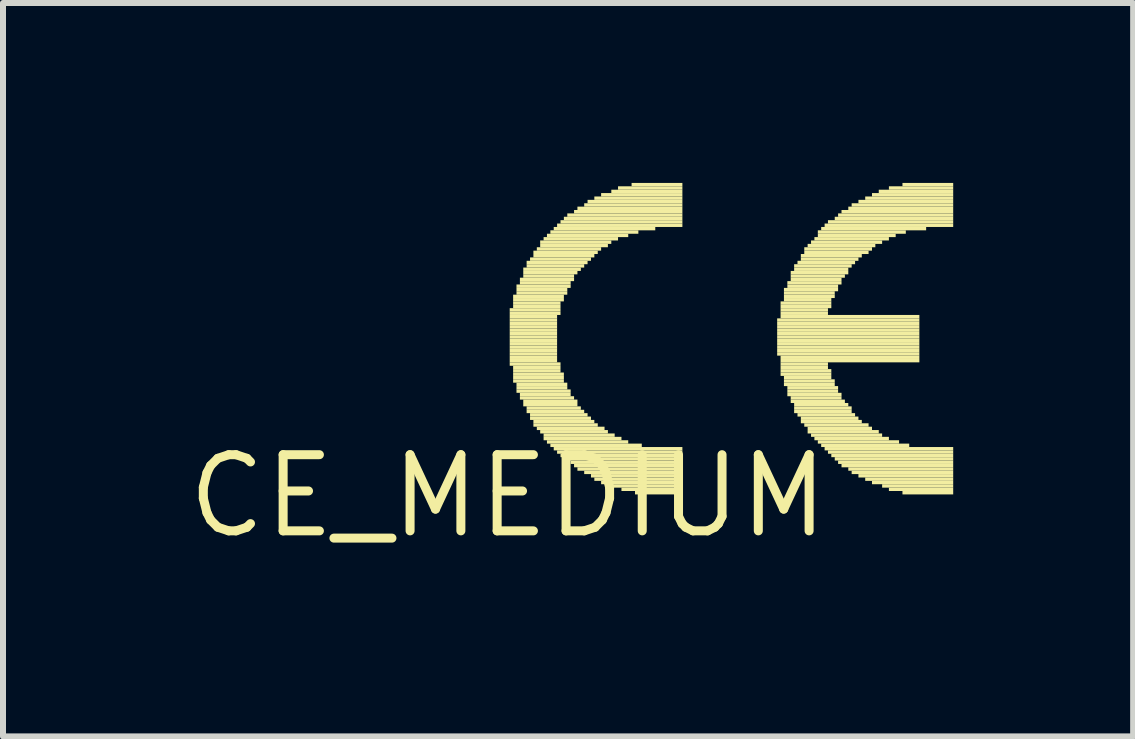
<source format=kicad_pcb>
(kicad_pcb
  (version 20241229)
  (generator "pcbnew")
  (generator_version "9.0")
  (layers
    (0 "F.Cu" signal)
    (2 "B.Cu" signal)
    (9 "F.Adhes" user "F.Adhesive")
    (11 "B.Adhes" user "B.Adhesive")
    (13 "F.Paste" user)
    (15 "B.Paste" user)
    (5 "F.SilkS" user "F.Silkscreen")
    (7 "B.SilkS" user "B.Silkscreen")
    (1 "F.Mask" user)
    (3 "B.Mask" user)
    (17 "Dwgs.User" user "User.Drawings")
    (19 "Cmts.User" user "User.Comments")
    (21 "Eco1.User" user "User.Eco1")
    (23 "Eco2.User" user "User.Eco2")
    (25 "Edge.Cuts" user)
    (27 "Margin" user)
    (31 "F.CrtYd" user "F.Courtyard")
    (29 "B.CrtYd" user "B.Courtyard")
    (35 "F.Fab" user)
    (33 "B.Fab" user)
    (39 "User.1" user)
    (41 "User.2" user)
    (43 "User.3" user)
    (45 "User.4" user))
  (footprint "CE_MEDIUM"
    (layer "F.Cu")
    (at 5.42 5.221)
    (property "Reference" "CE_MEDIUM" (at 0 0 0) (layer "F.SilkS") (effects (font (size 1.27 1.27) (thickness 0.15))))
    (fp_poly (pts (xy 0.028 -3.076) (xy 0.875 -3.076) (xy 0.875 -3.133) (xy 0.028 -3.133)) (stroke (width 0) (type default)) (fill yes) (layer "F.SilkS"))
    (fp_poly (pts (xy 0.028 -3.02) (xy 0.875 -3.02) (xy 0.875 -3.076) (xy 0.028 -3.076)) (stroke (width 0) (type default)) (fill yes) (layer "F.SilkS"))
    (fp_poly (pts (xy 0.028 -2.963) (xy 0.818 -2.963) (xy 0.818 -3.02) (xy 0.028 -3.02)) (stroke (width 0) (type default)) (fill yes) (layer "F.SilkS"))
    (fp_poly (pts (xy 0.028 -2.907) (xy 0.818 -2.907) (xy 0.818 -2.963) (xy 0.028 -2.963)) (stroke (width 0) (type default)) (fill yes) (layer "F.SilkS"))
    (fp_poly (pts (xy 0.028 -2.85) (xy 0.818 -2.85) (xy 0.818 -2.907) (xy 0.028 -2.907)) (stroke (width 0) (type default)) (fill yes) (layer "F.SilkS"))
    (fp_poly (pts (xy 0.028 -2.794) (xy 0.818 -2.794) (xy 0.818 -2.85) (xy 0.028 -2.85)) (stroke (width 0) (type default)) (fill yes) (layer "F.SilkS"))
    (fp_poly (pts (xy 0.028 -2.738) (xy 0.818 -2.738) (xy 0.818 -2.794) (xy 0.028 -2.794)) (stroke (width 0) (type default)) (fill yes) (layer "F.SilkS"))
    (fp_poly (pts (xy 0.028 -2.681) (xy 0.818 -2.681) (xy 0.818 -2.738) (xy 0.028 -2.738)) (stroke (width 0) (type default)) (fill yes) (layer "F.SilkS"))
    (fp_poly (pts (xy 0.028 -2.625) (xy 0.818 -2.625) (xy 0.818 -2.681) (xy 0.028 -2.681)) (stroke (width 0) (type default)) (fill yes) (layer "F.SilkS"))
    (fp_poly (pts (xy 0.028 -2.568) (xy 0.818 -2.568) (xy 0.818 -2.625) (xy 0.028 -2.625)) (stroke (width 0) (type default)) (fill yes) (layer "F.SilkS"))
    (fp_poly (pts (xy 0.028 -2.512) (xy 0.818 -2.512) (xy 0.818 -2.568) (xy 0.028 -2.568)) (stroke (width 0) (type default)) (fill yes) (layer "F.SilkS"))
    (fp_poly (pts (xy 0.028 -2.455) (xy 0.818 -2.455) (xy 0.818 -2.512) (xy 0.028 -2.512)) (stroke (width 0) (type default)) (fill yes) (layer "F.SilkS"))
    (fp_poly (pts (xy 0.028 -2.399) (xy 0.818 -2.399) (xy 0.818 -2.455) (xy 0.028 -2.455)) (stroke (width 0) (type default)) (fill yes) (layer "F.SilkS"))
    (fp_poly (pts (xy 0.028 -2.342) (xy 0.818 -2.342) (xy 0.818 -2.399) (xy 0.028 -2.399)) (stroke (width 0) (type default)) (fill yes) (layer "F.SilkS"))
    (fp_poly (pts (xy 0.028 -2.286) (xy 0.818 -2.286) (xy 0.818 -2.342) (xy 0.028 -2.342)) (stroke (width 0) (type default)) (fill yes) (layer "F.SilkS"))
    (fp_poly (pts (xy 0.028 -2.23) (xy 0.818 -2.23) (xy 0.818 -2.286) (xy 0.028 -2.286)) (stroke (width 0) (type default)) (fill yes) (layer "F.SilkS"))
    (fp_poly (pts (xy 0.028 -2.173) (xy 0.875 -2.173) (xy 0.875 -2.23) (xy 0.028 -2.23)) (stroke (width 0) (type default)) (fill yes) (layer "F.SilkS"))
    (fp_poly (pts (xy 0.085 -3.302) (xy 0.931 -3.302) (xy 0.931 -3.358) (xy 0.085 -3.358)) (stroke (width 0) (type default)) (fill yes) (layer "F.SilkS"))
    (fp_poly (pts (xy 0.085 -3.246) (xy 0.931 -3.246) (xy 0.931 -3.302) (xy 0.085 -3.302)) (stroke (width 0) (type default)) (fill yes) (layer "F.SilkS"))
    (fp_poly (pts (xy 0.085 -3.189) (xy 0.875 -3.189) (xy 0.875 -3.246) (xy 0.085 -3.246)) (stroke (width 0) (type default)) (fill yes) (layer "F.SilkS"))
    (fp_poly (pts (xy 0.085 -3.133) (xy 0.875 -3.133) (xy 0.875 -3.189) (xy 0.085 -3.189)) (stroke (width 0) (type default)) (fill yes) (layer "F.SilkS"))
    (fp_poly (pts (xy 0.085 -2.117) (xy 0.875 -2.117) (xy 0.875 -2.173) (xy 0.085 -2.173)) (stroke (width 0) (type default)) (fill yes) (layer "F.SilkS"))
    (fp_poly (pts (xy 0.085 -2.06) (xy 0.875 -2.06) (xy 0.875 -2.117) (xy 0.085 -2.117)) (stroke (width 0) (type default)) (fill yes) (layer "F.SilkS"))
    (fp_poly (pts (xy 0.085 -2.004) (xy 0.931 -2.004) (xy 0.931 -2.06) (xy 0.085 -2.06)) (stroke (width 0) (type default)) (fill yes) (layer "F.SilkS"))
    (fp_poly (pts (xy 0.085 -1.947) (xy 0.931 -1.947) (xy 0.931 -2.004) (xy 0.085 -2.004)) (stroke (width 0) (type default)) (fill yes) (layer "F.SilkS"))
    (fp_poly (pts (xy 0.085 -1.891) (xy 0.931 -1.891) (xy 0.931 -1.947) (xy 0.085 -1.947)) (stroke (width 0) (type default)) (fill yes) (layer "F.SilkS"))
    (fp_poly (pts (xy 0.141 -3.471) (xy 1.044 -3.471) (xy 1.044 -3.528) (xy 0.141 -3.528)) (stroke (width 0) (type default)) (fill yes) (layer "F.SilkS"))
    (fp_poly (pts (xy 0.141 -3.415) (xy 0.988 -3.415) (xy 0.988 -3.471) (xy 0.141 -3.471)) (stroke (width 0) (type default)) (fill yes) (layer "F.SilkS"))
    (fp_poly (pts (xy 0.141 -3.358) (xy 0.988 -3.358) (xy 0.988 -3.415) (xy 0.141 -3.415)) (stroke (width 0) (type default)) (fill yes) (layer "F.SilkS"))
    (fp_poly (pts (xy 0.141 -1.834) (xy 0.988 -1.834) (xy 0.988 -1.891) (xy 0.141 -1.891)) (stroke (width 0) (type default)) (fill yes) (layer "F.SilkS"))
    (fp_poly (pts (xy 0.141 -1.778) (xy 0.988 -1.778) (xy 0.988 -1.834) (xy 0.141 -1.834)) (stroke (width 0) (type default)) (fill yes) (layer "F.SilkS"))
    (fp_poly (pts (xy 0.141 -1.722) (xy 1.044 -1.722) (xy 1.044 -1.778) (xy 0.141 -1.778)) (stroke (width 0) (type default)) (fill yes) (layer "F.SilkS"))
    (fp_poly (pts (xy 0.198 -3.584) (xy 1.101 -3.584) (xy 1.101 -3.641) (xy 0.198 -3.641)) (stroke (width 0) (type default)) (fill yes) (layer "F.SilkS"))
    (fp_poly (pts (xy 0.198 -3.528) (xy 1.044 -3.528) (xy 1.044 -3.584) (xy 0.198 -3.584)) (stroke (width 0) (type default)) (fill yes) (layer "F.SilkS"))
    (fp_poly (pts (xy 0.198 -1.665) (xy 1.044 -1.665) (xy 1.044 -1.722) (xy 0.198 -1.722)) (stroke (width 0) (type default)) (fill yes) (layer "F.SilkS"))
    (fp_poly (pts (xy 0.198 -1.609) (xy 1.101 -1.609) (xy 1.101 -1.665) (xy 0.198 -1.665)) (stroke (width 0) (type default)) (fill yes) (layer "F.SilkS"))
    (fp_poly (pts (xy 0.254 -3.754) (xy 1.214 -3.754) (xy 1.214 -3.81) (xy 0.254 -3.81)) (stroke (width 0) (type default)) (fill yes) (layer "F.SilkS"))
    (fp_poly (pts (xy 0.254 -3.697) (xy 1.157 -3.697) (xy 1.157 -3.754) (xy 0.254 -3.754)) (stroke (width 0) (type default)) (fill yes) (layer "F.SilkS"))
    (fp_poly (pts (xy 0.254 -3.641) (xy 1.101 -3.641) (xy 1.101 -3.697) (xy 0.254 -3.697)) (stroke (width 0) (type default)) (fill yes) (layer "F.SilkS"))
    (fp_poly (pts (xy 0.254 -1.552) (xy 1.157 -1.552) (xy 1.157 -1.609) (xy 0.254 -1.609)) (stroke (width 0) (type default)) (fill yes) (layer "F.SilkS"))
    (fp_poly (pts (xy 0.254 -1.496) (xy 1.157 -1.496) (xy 1.157 -1.552) (xy 0.254 -1.552)) (stroke (width 0) (type default)) (fill yes) (layer "F.SilkS"))
    (fp_poly (pts (xy 0.31 -3.866) (xy 1.326 -3.866) (xy 1.326 -3.923) (xy 0.31 -3.923)) (stroke (width 0) (type default)) (fill yes) (layer "F.SilkS"))
    (fp_poly (pts (xy 0.31 -3.81) (xy 1.27 -3.81) (xy 1.27 -3.866) (xy 0.31 -3.866)) (stroke (width 0) (type default)) (fill yes) (layer "F.SilkS"))
    (fp_poly (pts (xy 0.31 -1.439) (xy 1.214 -1.439) (xy 1.214 -1.496) (xy 0.31 -1.496)) (stroke (width 0) (type default)) (fill yes) (layer "F.SilkS"))
    (fp_poly (pts (xy 0.31 -1.383) (xy 1.27 -1.383) (xy 1.27 -1.439) (xy 0.31 -1.439)) (stroke (width 0) (type default)) (fill yes) (layer "F.SilkS"))
    (fp_poly (pts (xy 0.367 -3.923) (xy 1.383 -3.923) (xy 1.383 -3.979) (xy 0.367 -3.979)) (stroke (width 0) (type default)) (fill yes) (layer "F.SilkS"))
    (fp_poly (pts (xy 0.367 -1.326) (xy 1.326 -1.326) (xy 1.326 -1.383) (xy 0.367 -1.383)) (stroke (width 0) (type default)) (fill yes) (layer "F.SilkS"))
    (fp_poly (pts (xy 0.367 -1.27) (xy 1.383 -1.27) (xy 1.383 -1.326) (xy 0.367 -1.326)) (stroke (width 0) (type default)) (fill yes) (layer "F.SilkS"))
    (fp_poly (pts (xy 0.423 -4.036) (xy 1.496 -4.036) (xy 1.496 -4.092) (xy 0.423 -4.092)) (stroke (width 0) (type default)) (fill yes) (layer "F.SilkS"))
    (fp_poly (pts (xy 0.423 -3.979) (xy 1.439 -3.979) (xy 1.439 -4.036) (xy 0.423 -4.036)) (stroke (width 0) (type default)) (fill yes) (layer "F.SilkS"))
    (fp_poly (pts (xy 0.423 -1.214) (xy 1.439 -1.214) (xy 1.439 -1.27) (xy 0.423 -1.27)) (stroke (width 0) (type default)) (fill yes) (layer "F.SilkS"))
    (fp_poly (pts (xy 0.423 -1.157) (xy 1.496 -1.157) (xy 1.496 -1.214) (xy 0.423 -1.214)) (stroke (width 0) (type default)) (fill yes) (layer "F.SilkS"))
    (fp_poly (pts (xy 0.48 -4.092) (xy 1.552 -4.092) (xy 1.552 -4.149) (xy 0.48 -4.149)) (stroke (width 0) (type default)) (fill yes) (layer "F.SilkS"))
    (fp_poly (pts (xy 0.48 -1.101) (xy 1.609 -1.101) (xy 1.609 -1.157) (xy 0.48 -1.157)) (stroke (width 0) (type default)) (fill yes) (layer "F.SilkS"))
    (fp_poly (pts (xy 0.536 -4.205) (xy 1.722 -4.205) (xy 1.722 -4.262) (xy 0.536 -4.262)) (stroke (width 0) (type default)) (fill yes) (layer "F.SilkS"))
    (fp_poly (pts (xy 0.536 -4.149) (xy 1.665 -4.149) (xy 1.665 -4.205) (xy 0.536 -4.205)) (stroke (width 0) (type default)) (fill yes) (layer "F.SilkS"))
    (fp_poly (pts (xy 0.536 -1.044) (xy 1.665 -1.044) (xy 1.665 -1.101) (xy 0.536 -1.101)) (stroke (width 0) (type default)) (fill yes) (layer "F.SilkS"))
    (fp_poly (pts (xy 0.593 -4.262) (xy 1.834 -4.262) (xy 1.834 -4.318) (xy 0.593 -4.318)) (stroke (width 0) (type default)) (fill yes) (layer "F.SilkS"))
    (fp_poly (pts (xy 0.593 -0.988) (xy 1.778 -0.988) (xy 1.778 -1.044) (xy 0.593 -1.044)) (stroke (width 0) (type default)) (fill yes) (layer "F.SilkS"))
    (fp_poly (pts (xy 0.593 -0.931) (xy 1.891 -0.931) (xy 1.891 -0.988) (xy 0.593 -0.988)) (stroke (width 0) (type default)) (fill yes) (layer "F.SilkS"))
    (fp_poly (pts (xy 0.649 -4.318) (xy 2.004 -4.318) (xy 2.004 -4.374) (xy 0.649 -4.374)) (stroke (width 0) (type default)) (fill yes) (layer "F.SilkS"))
    (fp_poly (pts (xy 0.649 -0.875) (xy 2.004 -0.875) (xy 2.004 -0.931) (xy 0.649 -0.931)) (stroke (width 0) (type default)) (fill yes) (layer "F.SilkS"))
    (fp_poly (pts (xy 0.706 -4.374) (xy 2.173 -4.374) (xy 2.173 -4.431) (xy 0.706 -4.431)) (stroke (width 0) (type default)) (fill yes) (layer "F.SilkS"))
    (fp_poly (pts (xy 0.706 -0.818) (xy 2.23 -0.818) (xy 2.23 -0.875) (xy 0.706 -0.875)) (stroke (width 0) (type default)) (fill yes) (layer "F.SilkS"))
    (fp_poly (pts (xy 0.762 -4.431) (xy 2.455 -4.431) (xy 2.455 -4.487) (xy 0.762 -4.487)) (stroke (width 0) (type default)) (fill yes) (layer "F.SilkS"))
    (fp_poly (pts (xy 0.762 -0.762) (xy 2.907 -0.762) (xy 2.907 -0.818) (xy 0.762 -0.818)) (stroke (width 0) (type default)) (fill yes) (layer "F.SilkS"))
    (fp_poly (pts (xy 0.818 -4.487) (xy 2.907 -4.487) (xy 2.907 -4.544) (xy 0.818 -4.544)) (stroke (width 0) (type default)) (fill yes) (layer "F.SilkS"))
    (fp_poly (pts (xy 0.818 -0.706) (xy 2.907 -0.706) (xy 2.907 -0.762) (xy 0.818 -0.762)) (stroke (width 0) (type default)) (fill yes) (layer "F.SilkS"))
    (fp_poly (pts (xy 0.875 -4.544) (xy 2.907 -4.544) (xy 2.907 -4.6) (xy 0.875 -4.6)) (stroke (width 0) (type default)) (fill yes) (layer "F.SilkS"))
    (fp_poly (pts (xy 0.875 -0.649) (xy 2.907 -0.649) (xy 2.907 -0.706) (xy 0.875 -0.706)) (stroke (width 0) (type default)) (fill yes) (layer "F.SilkS"))
    (fp_poly (pts (xy 0.931 -4.6) (xy 2.907 -4.6) (xy 2.907 -4.657) (xy 0.931 -4.657)) (stroke (width 0) (type default)) (fill yes) (layer "F.SilkS"))
    (fp_poly (pts (xy 0.931 -0.593) (xy 2.907 -0.593) (xy 2.907 -0.649) (xy 0.931 -0.649)) (stroke (width 0) (type default)) (fill yes) (layer "F.SilkS"))
    (fp_poly (pts (xy 0.988 -4.657) (xy 2.907 -4.657) (xy 2.907 -4.713) (xy 0.988 -4.713)) (stroke (width 0) (type default)) (fill yes) (layer "F.SilkS"))
    (fp_poly (pts (xy 1.044 -0.536) (xy 2.907 -0.536) (xy 2.907 -0.593) (xy 1.044 -0.593)) (stroke (width 0) (type default)) (fill yes) (layer "F.SilkS"))
    (fp_poly (pts (xy 1.101 -4.713) (xy 2.907 -4.713) (xy 2.907 -4.77) (xy 1.101 -4.77)) (stroke (width 0) (type default)) (fill yes) (layer "F.SilkS"))
    (fp_poly (pts (xy 1.101 -0.48) (xy 2.907 -0.48) (xy 2.907 -0.536) (xy 1.101 -0.536)) (stroke (width 0) (type default)) (fill yes) (layer "F.SilkS"))
    (fp_poly (pts (xy 1.157 -4.77) (xy 2.907 -4.77) (xy 2.907 -4.826) (xy 1.157 -4.826)) (stroke (width 0) (type default)) (fill yes) (layer "F.SilkS"))
    (fp_poly (pts (xy 1.157 -0.423) (xy 2.907 -0.423) (xy 2.907 -0.48) (xy 1.157 -0.48)) (stroke (width 0) (type default)) (fill yes) (layer "F.SilkS"))
    (fp_poly (pts (xy 1.27 -4.826) (xy 2.907 -4.826) (xy 2.907 -4.882) (xy 1.27 -4.882)) (stroke (width 0) (type default)) (fill yes) (layer "F.SilkS"))
    (fp_poly (pts (xy 1.27 -0.367) (xy 2.907 -0.367) (xy 2.907 -0.423) (xy 1.27 -0.423)) (stroke (width 0) (type default)) (fill yes) (layer "F.SilkS"))
    (fp_poly (pts (xy 1.326 -4.882) (xy 2.907 -4.882) (xy 2.907 -4.939) (xy 1.326 -4.939)) (stroke (width 0) (type default)) (fill yes) (layer "F.SilkS"))
    (fp_poly (pts (xy 1.383 -0.31) (xy 2.907 -0.31) (xy 2.907 -0.367) (xy 1.383 -0.367)) (stroke (width 0) (type default)) (fill yes) (layer "F.SilkS"))
    (fp_poly (pts (xy 1.439 -4.939) (xy 2.907 -4.939) (xy 2.907 -4.995) (xy 1.439 -4.995)) (stroke (width 0) (type default)) (fill yes) (layer "F.SilkS"))
    (fp_poly (pts (xy 1.439 -0.254) (xy 2.907 -0.254) (xy 2.907 -0.31) (xy 1.439 -0.31)) (stroke (width 0) (type default)) (fill yes) (layer "F.SilkS"))
    (fp_poly (pts (xy 1.552 -4.995) (xy 2.907 -4.995) (xy 2.907 -5.052) (xy 1.552 -5.052)) (stroke (width 0) (type default)) (fill yes) (layer "F.SilkS"))
    (fp_poly (pts (xy 1.552 -0.198) (xy 2.907 -0.198) (xy 2.907 -0.254) (xy 1.552 -0.254)) (stroke (width 0) (type default)) (fill yes) (layer "F.SilkS"))
    (fp_poly (pts (xy 1.722 -5.052) (xy 2.907 -5.052) (xy 2.907 -5.108) (xy 1.722 -5.108)) (stroke (width 0) (type default)) (fill yes) (layer "F.SilkS"))
    (fp_poly (pts (xy 1.722 -0.141) (xy 2.907 -0.141) (xy 2.907 -0.198) (xy 1.722 -0.198)) (stroke (width 0) (type default)) (fill yes) (layer "F.SilkS"))
    (fp_poly (pts (xy 1.834 -5.108) (xy 2.907 -5.108) (xy 2.907 -5.165) (xy 1.834 -5.165)) (stroke (width 0) (type default)) (fill yes) (layer "F.SilkS"))
    (fp_poly (pts (xy 1.891 -0.085) (xy 2.907 -0.085) (xy 2.907 -0.141) (xy 1.891 -0.141)) (stroke (width 0) (type default)) (fill yes) (layer "F.SilkS"))
    (fp_poly (pts (xy 2.06 -5.165) (xy 2.907 -5.165) (xy 2.907 -5.221) (xy 2.06 -5.221)) (stroke (width 0) (type default)) (fill yes) (layer "F.SilkS"))
    (fp_poly (pts (xy 2.117 -0.028) (xy 2.907 -0.028) (xy 2.907 -0.085) (xy 2.117 -0.085)) (stroke (width 0) (type default)) (fill yes) (layer "F.SilkS"))
    (fp_poly (pts (xy 4.487 -2.907) (xy 6.858 -2.907) (xy 6.858 -2.963) (xy 4.487 -2.963)) (stroke (width 0) (type default)) (fill yes) (layer "F.SilkS"))
    (fp_poly (pts (xy 4.487 -2.85) (xy 6.858 -2.85) (xy 6.858 -2.907) (xy 4.487 -2.907)) (stroke (width 0) (type default)) (fill yes) (layer "F.SilkS"))
    (fp_poly (pts (xy 4.487 -2.794) (xy 6.858 -2.794) (xy 6.858 -2.85) (xy 4.487 -2.85)) (stroke (width 0) (type default)) (fill yes) (layer "F.SilkS"))
    (fp_poly (pts (xy 4.487 -2.738) (xy 6.858 -2.738) (xy 6.858 -2.794) (xy 4.487 -2.794)) (stroke (width 0) (type default)) (fill yes) (layer "F.SilkS"))
    (fp_poly (pts (xy 4.487 -2.681) (xy 6.858 -2.681) (xy 6.858 -2.738) (xy 4.487 -2.738)) (stroke (width 0) (type default)) (fill yes) (layer "F.SilkS"))
    (fp_poly (pts (xy 4.487 -2.625) (xy 6.858 -2.625) (xy 6.858 -2.681) (xy 4.487 -2.681)) (stroke (width 0) (type default)) (fill yes) (layer "F.SilkS"))
    (fp_poly (pts (xy 4.487 -2.568) (xy 6.858 -2.568) (xy 6.858 -2.625) (xy 4.487 -2.625)) (stroke (width 0) (type default)) (fill yes) (layer "F.SilkS"))
    (fp_poly (pts (xy 4.487 -2.512) (xy 6.858 -2.512) (xy 6.858 -2.568) (xy 4.487 -2.568)) (stroke (width 0) (type default)) (fill yes) (layer "F.SilkS"))
    (fp_poly (pts (xy 4.487 -2.455) (xy 6.858 -2.455) (xy 6.858 -2.512) (xy 4.487 -2.512)) (stroke (width 0) (type default)) (fill yes) (layer "F.SilkS"))
    (fp_poly (pts (xy 4.487 -2.399) (xy 6.858 -2.399) (xy 6.858 -2.455) (xy 4.487 -2.455)) (stroke (width 0) (type default)) (fill yes) (layer "F.SilkS"))
    (fp_poly (pts (xy 4.487 -2.342) (xy 6.858 -2.342) (xy 6.858 -2.399) (xy 4.487 -2.399)) (stroke (width 0) (type default)) (fill yes) (layer "F.SilkS"))
    (fp_poly (pts (xy 4.544 -3.189) (xy 5.39 -3.189) (xy 5.39 -3.246) (xy 4.544 -3.246)) (stroke (width 0) (type default)) (fill yes) (layer "F.SilkS"))
    (fp_poly (pts (xy 4.544 -3.133) (xy 5.39 -3.133) (xy 5.39 -3.189) (xy 4.544 -3.189)) (stroke (width 0) (type default)) (fill yes) (layer "F.SilkS"))
    (fp_poly (pts (xy 4.544 -3.076) (xy 5.334 -3.076) (xy 5.334 -3.133) (xy 4.544 -3.133)) (stroke (width 0) (type default)) (fill yes) (layer "F.SilkS"))
    (fp_poly (pts (xy 4.544 -3.02) (xy 5.334 -3.02) (xy 5.334 -3.076) (xy 4.544 -3.076)) (stroke (width 0) (type default)) (fill yes) (layer "F.SilkS"))
    (fp_poly (pts (xy 4.544 -2.963) (xy 6.858 -2.963) (xy 6.858 -3.02) (xy 4.544 -3.02)) (stroke (width 0) (type default)) (fill yes) (layer "F.SilkS"))
    (fp_poly (pts (xy 4.544 -2.286) (xy 6.858 -2.286) (xy 6.858 -2.342) (xy 4.544 -2.342)) (stroke (width 0) (type default)) (fill yes) (layer "F.SilkS"))
    (fp_poly (pts (xy 4.544 -2.23) (xy 6.858 -2.23) (xy 6.858 -2.286) (xy 4.544 -2.286)) (stroke (width 0) (type default)) (fill yes) (layer "F.SilkS"))
    (fp_poly (pts (xy 4.544 -2.173) (xy 5.334 -2.173) (xy 5.334 -2.23) (xy 4.544 -2.23)) (stroke (width 0) (type default)) (fill yes) (layer "F.SilkS"))
    (fp_poly (pts (xy 4.544 -2.117) (xy 5.334 -2.117) (xy 5.334 -2.173) (xy 4.544 -2.173)) (stroke (width 0) (type default)) (fill yes) (layer "F.SilkS"))
    (fp_poly (pts (xy 4.544 -2.06) (xy 5.39 -2.06) (xy 5.39 -2.117) (xy 4.544 -2.117)) (stroke (width 0) (type default)) (fill yes) (layer "F.SilkS"))
    (fp_poly (pts (xy 4.544 -2.004) (xy 5.39 -2.004) (xy 5.39 -2.06) (xy 4.544 -2.06)) (stroke (width 0) (type default)) (fill yes) (layer "F.SilkS"))
    (fp_poly (pts (xy 4.6 -3.415) (xy 5.503 -3.415) (xy 5.503 -3.471) (xy 4.6 -3.471)) (stroke (width 0) (type default)) (fill yes) (layer "F.SilkS"))
    (fp_poly (pts (xy 4.6 -3.358) (xy 5.447 -3.358) (xy 5.447 -3.415) (xy 4.6 -3.415)) (stroke (width 0) (type default)) (fill yes) (layer "F.SilkS"))
    (fp_poly (pts (xy 4.6 -3.302) (xy 5.447 -3.302) (xy 5.447 -3.358) (xy 4.6 -3.358)) (stroke (width 0) (type default)) (fill yes) (layer "F.SilkS"))
    (fp_poly (pts (xy 4.6 -3.246) (xy 5.39 -3.246) (xy 5.39 -3.302) (xy 4.6 -3.302)) (stroke (width 0) (type default)) (fill yes) (layer "F.SilkS"))
    (fp_poly (pts (xy 4.6 -1.947) (xy 5.39 -1.947) (xy 5.39 -2.004) (xy 4.6 -2.004)) (stroke (width 0) (type default)) (fill yes) (layer "F.SilkS"))
    (fp_poly (pts (xy 4.6 -1.891) (xy 5.447 -1.891) (xy 5.447 -1.947) (xy 4.6 -1.947)) (stroke (width 0) (type default)) (fill yes) (layer "F.SilkS"))
    (fp_poly (pts (xy 4.6 -1.834) (xy 5.447 -1.834) (xy 5.447 -1.891) (xy 4.6 -1.891)) (stroke (width 0) (type default)) (fill yes) (layer "F.SilkS"))
    (fp_poly (pts (xy 4.657 -3.528) (xy 5.56 -3.528) (xy 5.56 -3.584) (xy 4.657 -3.584)) (stroke (width 0) (type default)) (fill yes) (layer "F.SilkS"))
    (fp_poly (pts (xy 4.657 -3.471) (xy 5.503 -3.471) (xy 5.503 -3.528) (xy 4.657 -3.528)) (stroke (width 0) (type default)) (fill yes) (layer "F.SilkS"))
    (fp_poly (pts (xy 4.657 -1.778) (xy 5.503 -1.778) (xy 5.503 -1.834) (xy 4.657 -1.834)) (stroke (width 0) (type default)) (fill yes) (layer "F.SilkS"))
    (fp_poly (pts (xy 4.657 -1.722) (xy 5.503 -1.722) (xy 5.503 -1.778) (xy 4.657 -1.778)) (stroke (width 0) (type default)) (fill yes) (layer "F.SilkS"))
    (fp_poly (pts (xy 4.657 -1.665) (xy 5.56 -1.665) (xy 5.56 -1.722) (xy 4.657 -1.722)) (stroke (width 0) (type default)) (fill yes) (layer "F.SilkS"))
    (fp_poly (pts (xy 4.713 -3.697) (xy 5.673 -3.697) (xy 5.673 -3.754) (xy 4.713 -3.754)) (stroke (width 0) (type default)) (fill yes) (layer "F.SilkS"))
    (fp_poly (pts (xy 4.713 -3.641) (xy 5.616 -3.641) (xy 5.616 -3.697) (xy 4.713 -3.697)) (stroke (width 0) (type default)) (fill yes) (layer "F.SilkS"))
    (fp_poly (pts (xy 4.713 -3.584) (xy 5.56 -3.584) (xy 5.56 -3.641) (xy 4.713 -3.641)) (stroke (width 0) (type default)) (fill yes) (layer "F.SilkS"))
    (fp_poly (pts (xy 4.713 -1.609) (xy 5.56 -1.609) (xy 5.56 -1.665) (xy 4.713 -1.665)) (stroke (width 0) (type default)) (fill yes) (layer "F.SilkS"))
    (fp_poly (pts (xy 4.713 -1.552) (xy 5.616 -1.552) (xy 5.616 -1.609) (xy 4.713 -1.609)) (stroke (width 0) (type default)) (fill yes) (layer "F.SilkS"))
    (fp_poly (pts (xy 4.77 -3.81) (xy 5.729 -3.81) (xy 5.729 -3.866) (xy 4.77 -3.866)) (stroke (width 0) (type default)) (fill yes) (layer "F.SilkS"))
    (fp_poly (pts (xy 4.77 -3.754) (xy 5.673 -3.754) (xy 5.673 -3.81) (xy 4.77 -3.81)) (stroke (width 0) (type default)) (fill yes) (layer "F.SilkS"))
    (fp_poly (pts (xy 4.77 -1.496) (xy 5.673 -1.496) (xy 5.673 -1.552) (xy 4.77 -1.552)) (stroke (width 0) (type default)) (fill yes) (layer "F.SilkS"))
    (fp_poly (pts (xy 4.77 -1.439) (xy 5.729 -1.439) (xy 5.729 -1.496) (xy 4.77 -1.496)) (stroke (width 0) (type default)) (fill yes) (layer "F.SilkS"))
    (fp_poly (pts (xy 4.77 -1.383) (xy 5.729 -1.383) (xy 5.729 -1.439) (xy 4.77 -1.439)) (stroke (width 0) (type default)) (fill yes) (layer "F.SilkS"))
    (fp_poly (pts (xy 4.826 -3.866) (xy 5.786 -3.866) (xy 5.786 -3.923) (xy 4.826 -3.923)) (stroke (width 0) (type default)) (fill yes) (layer "F.SilkS"))
    (fp_poly (pts (xy 4.826 -1.326) (xy 5.786 -1.326) (xy 5.786 -1.383) (xy 4.826 -1.383)) (stroke (width 0) (type default)) (fill yes) (layer "F.SilkS"))
    (fp_poly (pts (xy 4.882 -3.979) (xy 5.898 -3.979) (xy 5.898 -4.036) (xy 4.882 -4.036)) (stroke (width 0) (type default)) (fill yes) (layer "F.SilkS"))
    (fp_poly (pts (xy 4.882 -3.923) (xy 5.842 -3.923) (xy 5.842 -3.979) (xy 4.882 -3.979)) (stroke (width 0) (type default)) (fill yes) (layer "F.SilkS"))
    (fp_poly (pts (xy 4.882 -1.27) (xy 5.842 -1.27) (xy 5.842 -1.326) (xy 4.882 -1.326)) (stroke (width 0) (type default)) (fill yes) (layer "F.SilkS"))
    (fp_poly (pts (xy 4.882 -1.214) (xy 5.898 -1.214) (xy 5.898 -1.27) (xy 4.882 -1.27)) (stroke (width 0) (type default)) (fill yes) (layer "F.SilkS"))
    (fp_poly (pts (xy 4.939 -4.092) (xy 6.068 -4.092) (xy 6.068 -4.149) (xy 4.939 -4.149)) (stroke (width 0) (type default)) (fill yes) (layer "F.SilkS"))
    (fp_poly (pts (xy 4.939 -4.036) (xy 6.011 -4.036) (xy 6.011 -4.092) (xy 4.939 -4.092)) (stroke (width 0) (type default)) (fill yes) (layer "F.SilkS"))
    (fp_poly (pts (xy 4.939 -1.157) (xy 6.011 -1.157) (xy 6.011 -1.214) (xy 4.939 -1.214)) (stroke (width 0) (type default)) (fill yes) (layer "F.SilkS"))
    (fp_poly (pts (xy 4.995 -4.149) (xy 6.124 -4.149) (xy 6.124 -4.205) (xy 4.995 -4.205)) (stroke (width 0) (type default)) (fill yes) (layer "F.SilkS"))
    (fp_poly (pts (xy 4.995 -1.101) (xy 6.068 -1.101) (xy 6.068 -1.157) (xy 4.995 -1.157)) (stroke (width 0) (type default)) (fill yes) (layer "F.SilkS"))
    (fp_poly (pts (xy 4.995 -1.044) (xy 6.181 -1.044) (xy 6.181 -1.101) (xy 4.995 -1.101)) (stroke (width 0) (type default)) (fill yes) (layer "F.SilkS"))
    (fp_poly (pts (xy 5.052 -4.205) (xy 6.237 -4.205) (xy 6.237 -4.262) (xy 5.052 -4.262)) (stroke (width 0) (type default)) (fill yes) (layer "F.SilkS"))
    (fp_poly (pts (xy 5.052 -0.988) (xy 6.237 -0.988) (xy 6.237 -1.044) (xy 5.052 -1.044)) (stroke (width 0) (type default)) (fill yes) (layer "F.SilkS"))
    (fp_poly (pts (xy 5.108 -4.262) (xy 6.35 -4.262) (xy 6.35 -4.318) (xy 5.108 -4.318)) (stroke (width 0) (type default)) (fill yes) (layer "F.SilkS"))
    (fp_poly (pts (xy 5.108 -0.931) (xy 6.35 -0.931) (xy 6.35 -0.988) (xy 5.108 -0.988)) (stroke (width 0) (type default)) (fill yes) (layer "F.SilkS"))
    (fp_poly (pts (xy 5.165 -4.374) (xy 6.632 -4.374) (xy 6.632 -4.431) (xy 5.165 -4.431)) (stroke (width 0) (type default)) (fill yes) (layer "F.SilkS"))
    (fp_poly (pts (xy 5.165 -4.318) (xy 6.463 -4.318) (xy 6.463 -4.374) (xy 5.165 -4.374)) (stroke (width 0) (type default)) (fill yes) (layer "F.SilkS"))
    (fp_poly (pts (xy 5.165 -0.875) (xy 6.519 -0.875) (xy 6.519 -0.931) (xy 5.165 -0.931)) (stroke (width 0) (type default)) (fill yes) (layer "F.SilkS"))
    (fp_poly (pts (xy 5.221 -4.431) (xy 6.971 -4.431) (xy 6.971 -4.487) (xy 5.221 -4.487)) (stroke (width 0) (type default)) (fill yes) (layer "F.SilkS"))
    (fp_poly (pts (xy 5.221 -0.818) (xy 6.689 -0.818) (xy 6.689 -0.875) (xy 5.221 -0.875)) (stroke (width 0) (type default)) (fill yes) (layer "F.SilkS"))
    (fp_poly (pts (xy 5.278 -4.487) (xy 7.422 -4.487) (xy 7.422 -4.544) (xy 5.278 -4.544)) (stroke (width 0) (type default)) (fill yes) (layer "F.SilkS"))
    (fp_poly (pts (xy 5.278 -0.762) (xy 7.422 -0.762) (xy 7.422 -0.818) (xy 5.278 -0.818)) (stroke (width 0) (type default)) (fill yes) (layer "F.SilkS"))
    (fp_poly (pts (xy 5.334 -4.544) (xy 7.422 -4.544) (xy 7.422 -4.6) (xy 5.334 -4.6)) (stroke (width 0) (type default)) (fill yes) (layer "F.SilkS"))
    (fp_poly (pts (xy 5.334 -0.706) (xy 7.422 -0.706) (xy 7.422 -0.762) (xy 5.334 -0.762)) (stroke (width 0) (type default)) (fill yes) (layer "F.SilkS"))
    (fp_poly (pts (xy 5.39 -0.649) (xy 7.422 -0.649) (xy 7.422 -0.706) (xy 5.39 -0.706)) (stroke (width 0) (type default)) (fill yes) (layer "F.SilkS"))
    (fp_poly (pts (xy 5.447 -4.6) (xy 7.422 -4.6) (xy 7.422 -4.657) (xy 5.447 -4.657)) (stroke (width 0) (type default)) (fill yes) (layer "F.SilkS"))
    (fp_poly (pts (xy 5.447 -0.593) (xy 7.422 -0.593) (xy 7.422 -0.649) (xy 5.447 -0.649)) (stroke (width 0) (type default)) (fill yes) (layer "F.SilkS"))
    (fp_poly (pts (xy 5.503 -4.657) (xy 7.422 -4.657) (xy 7.422 -4.713) (xy 5.503 -4.713)) (stroke (width 0) (type default)) (fill yes) (layer "F.SilkS"))
    (fp_poly (pts (xy 5.503 -0.536) (xy 7.422 -0.536) (xy 7.422 -0.593) (xy 5.503 -0.593)) (stroke (width 0) (type default)) (fill yes) (layer "F.SilkS"))
    (fp_poly (pts (xy 5.56 -4.713) (xy 7.422 -4.713) (xy 7.422 -4.77) (xy 5.56 -4.77)) (stroke (width 0) (type default)) (fill yes) (layer "F.SilkS"))
    (fp_poly (pts (xy 5.56 -0.48) (xy 7.422 -0.48) (xy 7.422 -0.536) (xy 5.56 -0.536)) (stroke (width 0) (type default)) (fill yes) (layer "F.SilkS"))
    (fp_poly (pts (xy 5.673 -4.77) (xy 7.422 -4.77) (xy 7.422 -4.826) (xy 5.673 -4.826)) (stroke (width 0) (type default)) (fill yes) (layer "F.SilkS"))
    (fp_poly (pts (xy 5.673 -0.423) (xy 7.422 -0.423) (xy 7.422 -0.48) (xy 5.673 -0.48)) (stroke (width 0) (type default)) (fill yes) (layer "F.SilkS"))
    (fp_poly (pts (xy 5.729 -4.826) (xy 7.422 -4.826) (xy 7.422 -4.882) (xy 5.729 -4.882)) (stroke (width 0) (type default)) (fill yes) (layer "F.SilkS"))
    (fp_poly (pts (xy 5.729 -0.367) (xy 7.422 -0.367) (xy 7.422 -0.423) (xy 5.729 -0.423)) (stroke (width 0) (type default)) (fill yes) (layer "F.SilkS"))
    (fp_poly (pts (xy 5.842 -4.882) (xy 7.422 -4.882) (xy 7.422 -4.939) (xy 5.842 -4.939)) (stroke (width 0) (type default)) (fill yes) (layer "F.SilkS"))
    (fp_poly (pts (xy 5.842 -0.31) (xy 7.422 -0.31) (xy 7.422 -0.367) (xy 5.842 -0.367)) (stroke (width 0) (type default)) (fill yes) (layer "F.SilkS"))
    (fp_poly (pts (xy 5.955 -4.939) (xy 7.422 -4.939) (xy 7.422 -4.995) (xy 5.955 -4.995)) (stroke (width 0) (type default)) (fill yes) (layer "F.SilkS"))
    (fp_poly (pts (xy 5.955 -0.254) (xy 7.422 -0.254) (xy 7.422 -0.31) (xy 5.955 -0.31)) (stroke (width 0) (type default)) (fill yes) (layer "F.SilkS"))
    (fp_poly (pts (xy 6.068 -4.995) (xy 7.422 -4.995) (xy 7.422 -5.052) (xy 6.068 -5.052)) (stroke (width 0) (type default)) (fill yes) (layer "F.SilkS"))
    (fp_poly (pts (xy 6.068 -0.198) (xy 7.422 -0.198) (xy 7.422 -0.254) (xy 6.068 -0.254)) (stroke (width 0) (type default)) (fill yes) (layer "F.SilkS"))
    (fp_poly (pts (xy 6.181 -5.052) (xy 7.422 -5.052) (xy 7.422 -5.108) (xy 6.181 -5.108)) (stroke (width 0) (type default)) (fill yes) (layer "F.SilkS"))
    (fp_poly (pts (xy 6.237 -0.141) (xy 7.422 -0.141) (xy 7.422 -0.198) (xy 6.237 -0.198)) (stroke (width 0) (type default)) (fill yes) (layer "F.SilkS"))
    (fp_poly (pts (xy 6.35 -5.108) (xy 7.422 -5.108) (xy 7.422 -5.165) (xy 6.35 -5.165)) (stroke (width 0) (type default)) (fill yes) (layer "F.SilkS"))
    (fp_poly (pts (xy 6.35 -0.085) (xy 7.422 -0.085) (xy 7.422 -0.141) (xy 6.35 -0.141)) (stroke (width 0) (type default)) (fill yes) (layer "F.SilkS"))
    (fp_poly (pts (xy 6.576 -5.165) (xy 7.422 -5.165) (xy 7.422 -5.221) (xy 6.576 -5.221)) (stroke (width 0) (type default)) (fill yes) (layer "F.SilkS"))
    (fp_poly (pts (xy 6.576 -0.028) (xy 7.422 -0.028) (xy 7.422 -0.085) (xy 6.576 -0.085)) (stroke (width 0) (type default)) (fill yes) (layer "F.SilkS")))
  (gr_rect
    (start -3 -3)
    (end 15.842 9.227)
    (stroke (width 0.1) (type default))
    (fill no)
    (layer "Edge.Cuts")))
</source>
